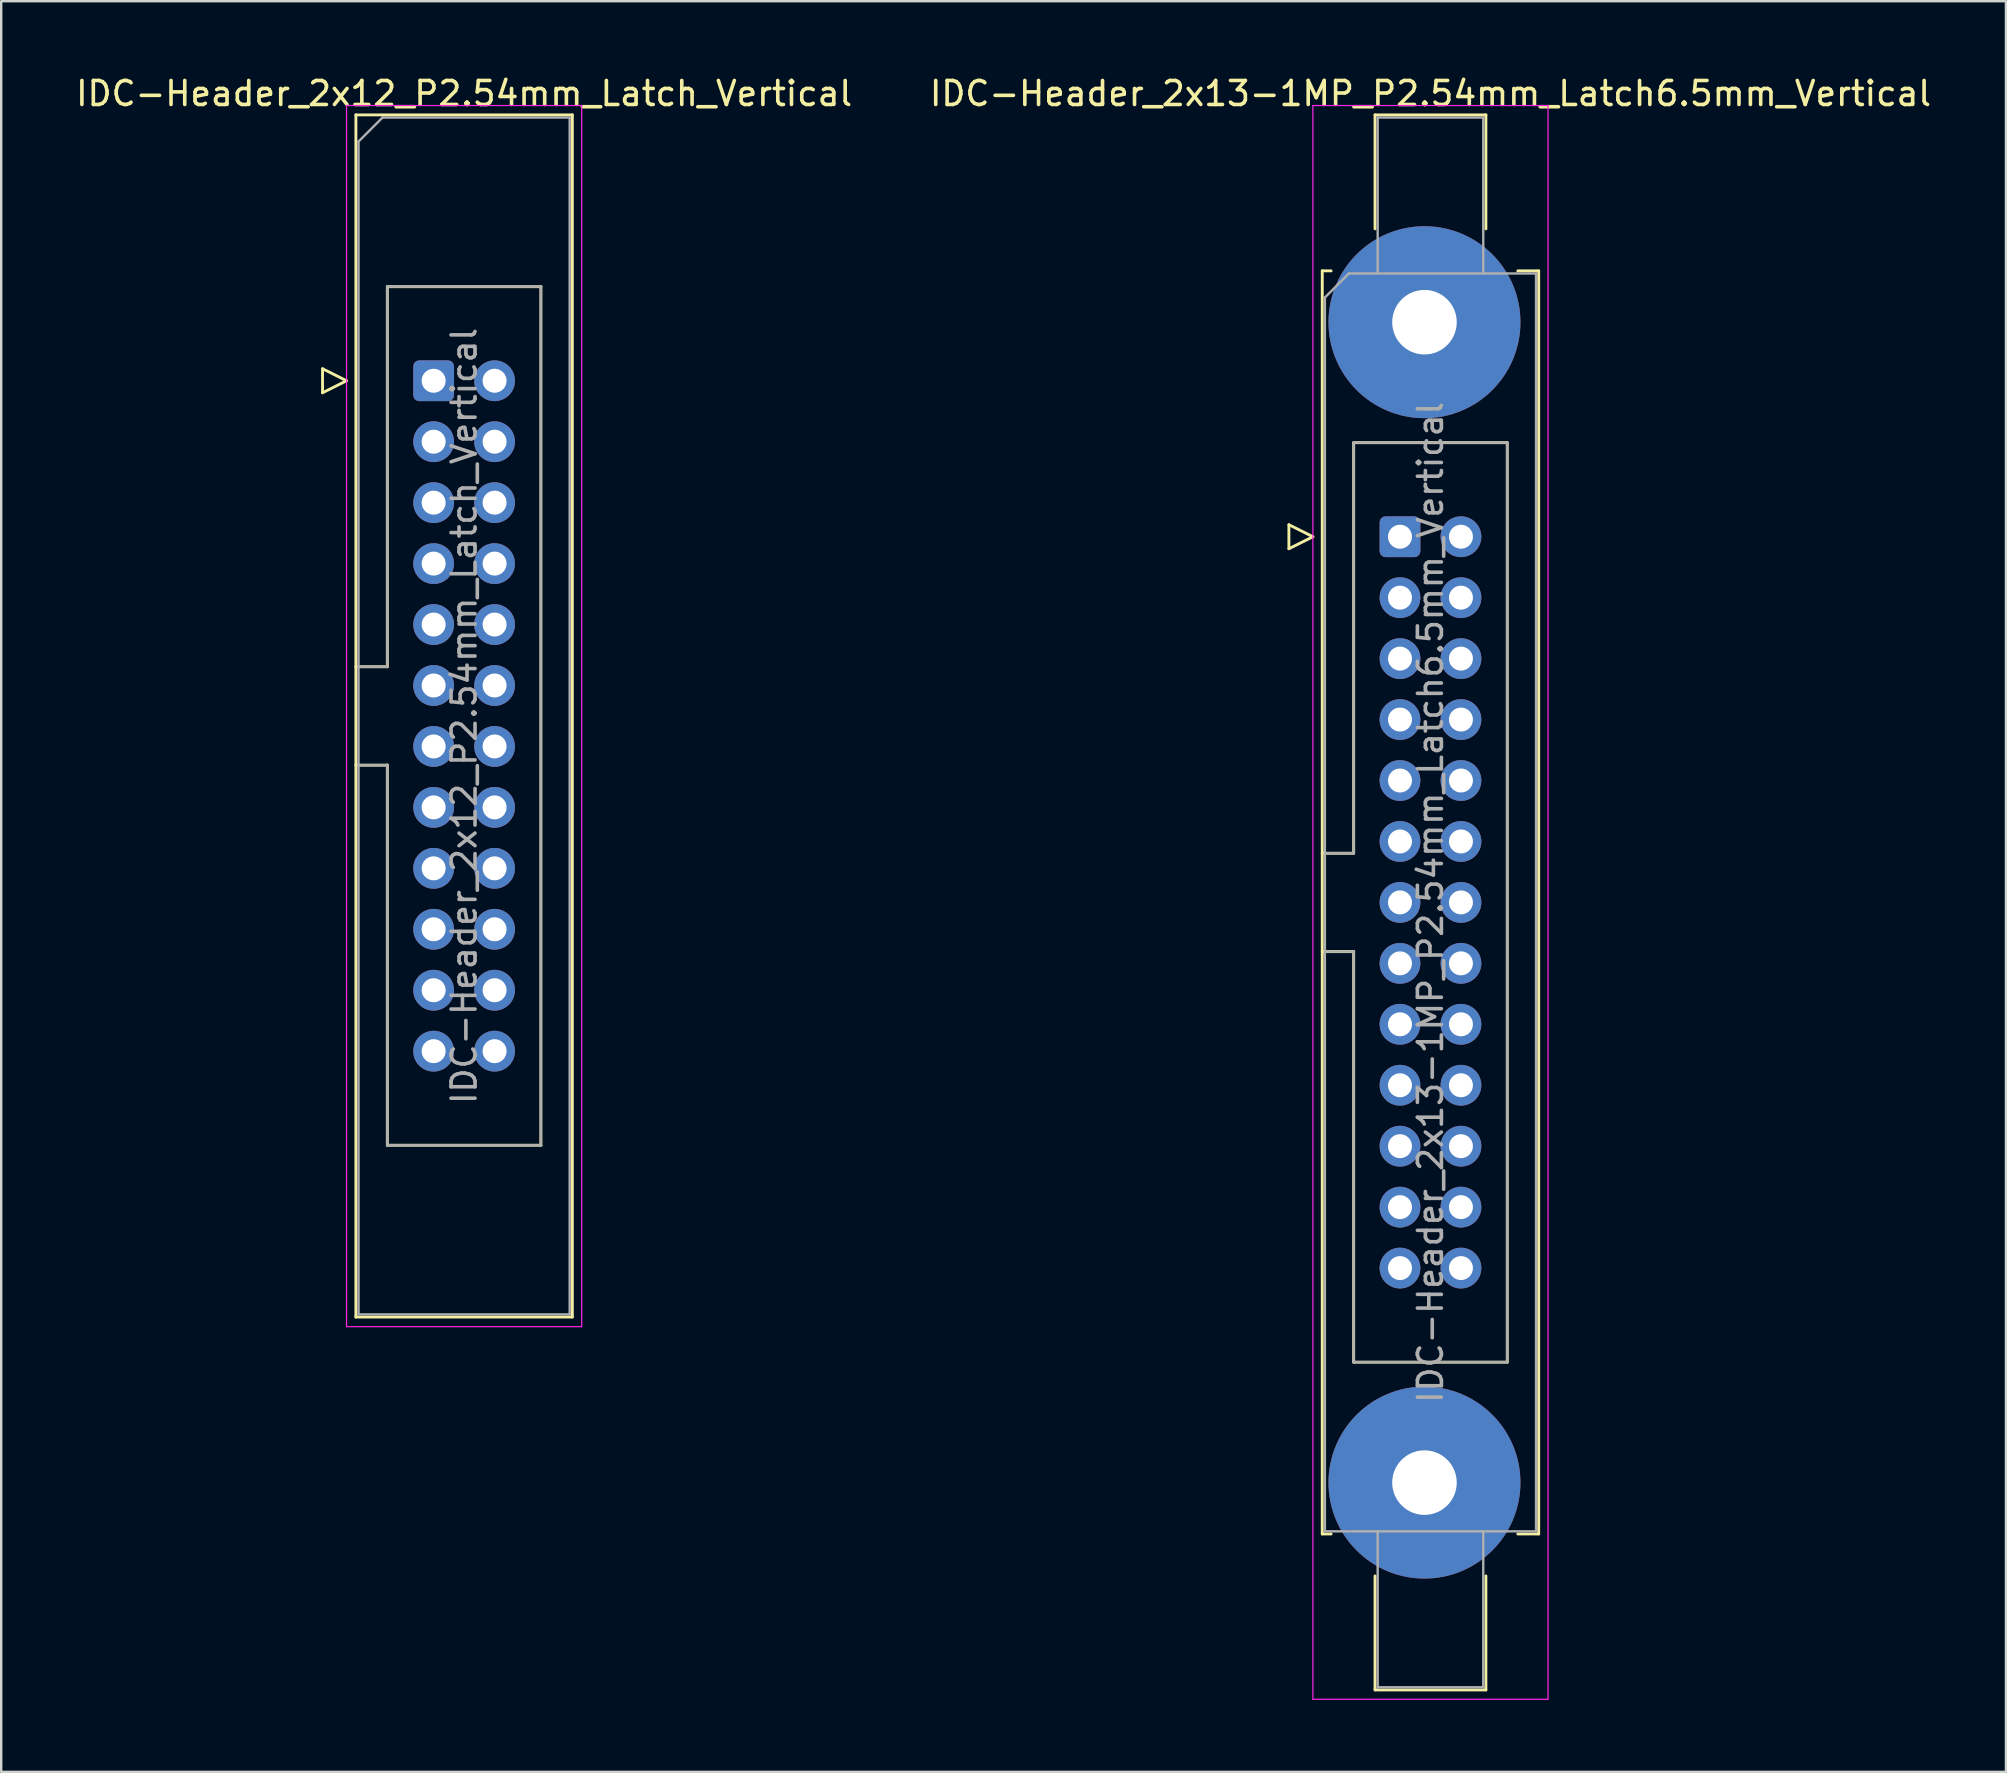
<source format=kicad_pcb>
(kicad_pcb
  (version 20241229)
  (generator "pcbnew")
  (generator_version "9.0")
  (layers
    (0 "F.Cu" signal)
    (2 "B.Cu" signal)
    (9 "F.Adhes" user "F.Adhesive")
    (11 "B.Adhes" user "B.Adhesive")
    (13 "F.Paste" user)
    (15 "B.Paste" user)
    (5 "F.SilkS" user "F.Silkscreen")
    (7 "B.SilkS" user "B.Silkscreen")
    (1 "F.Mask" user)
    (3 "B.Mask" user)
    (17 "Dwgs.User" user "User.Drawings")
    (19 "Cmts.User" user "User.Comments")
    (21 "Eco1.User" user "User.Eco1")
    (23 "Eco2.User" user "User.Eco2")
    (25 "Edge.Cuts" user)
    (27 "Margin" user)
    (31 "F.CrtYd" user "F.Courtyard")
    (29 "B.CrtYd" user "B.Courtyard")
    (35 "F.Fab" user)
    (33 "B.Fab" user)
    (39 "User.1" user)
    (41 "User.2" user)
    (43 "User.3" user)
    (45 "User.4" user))
  (footprint "IDC-Header_2x13-1MP_P2.54mm_Latch6.5mm_Vertical"
    (layer "F.Cu")
    (at 55.295 19.318)
    (property "Reference" "IDC-Header_2x13-1MP_P2.54mm_Latch6.5mm_Vertical" (at 1.27 -18.47 0) (layer "F.SilkS") (effects (font (size 1 1) (thickness 0.15))))
    (attr through_hole)
    (fp_line (start -4.63 -0.5) (end -4.63 0.5) (stroke (width 0.12) (type solid)) (layer "F.SilkS"))
    (fp_line (start -4.63 0.5) (end -3.63 0) (stroke (width 0.12) (type solid)) (layer "F.SilkS"))
    (fp_line (start -3.63 0) (end -4.63 -0.5) (stroke (width 0.12) (type solid)) (layer "F.SilkS"))
    (fp_line (start -3.24 -11.08) (end -3.24 41.56) (stroke (width 0.12) (type solid)) (layer "F.SilkS"))
    (fp_line (start -3.24 13.19) (end -1.93 13.19) (stroke (width 0.12) (type solid)) (layer "F.SilkS"))
    (fp_line (start -3.24 41.56) (end -2.87 41.56) (stroke (width 0.12) (type solid)) (layer "F.SilkS"))
    (fp_line (start -2.87 -11.08) (end -3.24 -11.08) (stroke (width 0.12) (type solid)) (layer "F.SilkS"))
    (fp_line (start -1.93 -3.92) (end 4.47 -3.92) (stroke (width 0.12) (type solid)) (layer "F.SilkS"))
    (fp_line (start -1.93 13.19) (end -1.93 -3.92) (stroke (width 0.12) (type solid)) (layer "F.SilkS"))
    (fp_line (start -1.93 17.29) (end -3.24 17.29) (stroke (width 0.12) (type solid)) (layer "F.SilkS"))
    (fp_line (start -1.93 17.29) (end -1.93 17.29) (stroke (width 0.12) (type solid)) (layer "F.SilkS"))
    (fp_line (start -1.93 34.4) (end -1.93 17.29) (stroke (width 0.12) (type solid)) (layer "F.SilkS"))
    (fp_line (start -1.04 -17.58) (end 3.58 -17.58) (stroke (width 0.12) (type solid)) (layer "F.SilkS"))
    (fp_line (start -1.04 -12.83) (end -1.04 -17.58) (stroke (width 0.12) (type solid)) (layer "F.SilkS"))
    (fp_line (start -1.04 43.31) (end -1.04 48.06) (stroke (width 0.12) (type solid)) (layer "F.SilkS"))
    (fp_line (start -1.04 48.06) (end 3.58 48.06) (stroke (width 0.12) (type solid)) (layer "F.SilkS"))
    (fp_line (start 3.58 -17.58) (end 3.58 -12.83) (stroke (width 0.12) (type solid)) (layer "F.SilkS"))
    (fp_line (start 3.58 48.06) (end 3.58 43.31) (stroke (width 0.12) (type solid)) (layer "F.SilkS"))
    (fp_line (start 4.47 -3.92) (end 4.47 34.4) (stroke (width 0.12) (type solid)) (layer "F.SilkS"))
    (fp_line (start 4.47 34.4) (end -1.93 34.4) (stroke (width 0.12) (type solid)) (layer "F.SilkS"))
    (fp_line (start 4.91 -11.08) (end 5.78 -11.08) (stroke (width 0.12) (type solid)) (layer "F.SilkS"))
    (fp_line (start 5.78 -11.08) (end 5.78 41.56) (stroke (width 0.12) (type solid)) (layer "F.SilkS"))
    (fp_line (start 5.78 41.56) (end 4.91 41.56) (stroke (width 0.12) (type solid)) (layer "F.SilkS"))
    (fp_line (start -3.63 -17.97) (end -3.63 48.45) (stroke (width 0.05) (type solid)) (layer "F.CrtYd"))
    (fp_line (start -3.63 48.45) (end 6.17 48.45) (stroke (width 0.05) (type solid)) (layer "F.CrtYd"))
    (fp_line (start 6.17 -17.97) (end -3.63 -17.97) (stroke (width 0.05) (type solid)) (layer "F.CrtYd"))
    (fp_line (start 6.17 48.45) (end 6.17 -17.97) (stroke (width 0.05) (type solid)) (layer "F.CrtYd"))
    (fp_line (start -3.13 -9.97) (end -2.13 -10.97) (stroke (width 0.1) (type solid)) (layer "F.Fab"))
    (fp_line (start -3.13 13.19) (end -1.93 13.19) (stroke (width 0.1) (type solid)) (layer "F.Fab"))
    (fp_line (start -3.13 41.45) (end -3.13 -9.97) (stroke (width 0.1) (type solid)) (layer "F.Fab"))
    (fp_line (start -2.13 -10.97) (end 5.67 -10.97) (stroke (width 0.1) (type solid)) (layer "F.Fab"))
    (fp_line (start -1.93 -3.92) (end 4.47 -3.92) (stroke (width 0.1) (type solid)) (layer "F.Fab"))
    (fp_line (start -1.93 13.19) (end -1.93 -3.92) (stroke (width 0.1) (type solid)) (layer "F.Fab"))
    (fp_line (start -1.93 17.29) (end -3.13 17.29) (stroke (width 0.1) (type solid)) (layer "F.Fab"))
    (fp_line (start -1.93 17.29) (end -1.93 17.29) (stroke (width 0.1) (type solid)) (layer "F.Fab"))
    (fp_line (start -1.93 34.4) (end -1.93 17.29) (stroke (width 0.1) (type solid)) (layer "F.Fab"))
    (fp_line (start -0.93 -17.47) (end 3.47 -17.47) (stroke (width 0.1) (type solid)) (layer "F.Fab"))
    (fp_line (start -0.93 -10.97) (end -0.93 -17.47) (stroke (width 0.1) (type solid)) (layer "F.Fab"))
    (fp_line (start -0.93 41.45) (end -0.93 47.95) (stroke (width 0.1) (type solid)) (layer "F.Fab"))
    (fp_line (start -0.93 47.95) (end 3.47 47.95) (stroke (width 0.1) (type solid)) (layer "F.Fab"))
    (fp_line (start 3.47 -17.47) (end 3.47 -10.97) (stroke (width 0.1) (type solid)) (layer "F.Fab"))
    (fp_line (start 3.47 47.95) (end 3.47 41.45) (stroke (width 0.1) (type solid)) (layer "F.Fab"))
    (fp_line (start 4.47 -3.92) (end 4.47 34.4) (stroke (width 0.1) (type solid)) (layer "F.Fab"))
    (fp_line (start 4.47 34.4) (end -1.93 34.4) (stroke (width 0.1) (type solid)) (layer "F.Fab"))
    (fp_line (start 5.67 -10.97) (end 5.67 41.45) (stroke (width 0.1) (type solid)) (layer "F.Fab"))
    (fp_line (start 5.67 41.45) (end -3.13 41.45) (stroke (width 0.1) (type solid)) (layer "F.Fab"))
    (fp_text user "${REFERENCE}" (at 1.27 15.24 90) (layer "F.Fab") (effects (font (size 1 1) (thickness 0.15))))
    (pad "1" thru_hole roundrect (at 0 0) (size 1.7 1.7) (drill 1) (layers "*.Cu" "*.Mask") (roundrect_rratio 0.147))
    (pad "2" thru_hole circle (at 2.54 0) (size 1.7 1.7) (drill 1) (layers "*.Cu" "*.Mask"))
    (pad "3" thru_hole circle (at 0 2.54) (size 1.7 1.7) (drill 1) (layers "*.Cu" "*.Mask"))
    (pad "4" thru_hole circle (at 2.54 2.54) (size 1.7 1.7) (drill 1) (layers "*.Cu" "*.Mask"))
    (pad "5" thru_hole circle (at 0 5.08) (size 1.7 1.7) (drill 1) (layers "*.Cu" "*.Mask"))
    (pad "6" thru_hole circle (at 2.54 5.08) (size 1.7 1.7) (drill 1) (layers "*.Cu" "*.Mask"))
    (pad "7" thru_hole circle (at 0 7.62) (size 1.7 1.7) (drill 1) (layers "*.Cu" "*.Mask"))
    (pad "8" thru_hole circle (at 2.54 7.62) (size 1.7 1.7) (drill 1) (layers "*.Cu" "*.Mask"))
    (pad "9" thru_hole circle (at 0 10.16) (size 1.7 1.7) (drill 1) (layers "*.Cu" "*.Mask"))
    (pad "10" thru_hole circle (at 2.54 10.16) (size 1.7 1.7) (drill 1) (layers "*.Cu" "*.Mask"))
    (pad "11" thru_hole circle (at 0 12.7) (size 1.7 1.7) (drill 1) (layers "*.Cu" "*.Mask"))
    (pad "12" thru_hole circle (at 2.54 12.7) (size 1.7 1.7) (drill 1) (layers "*.Cu" "*.Mask"))
    (pad "13" thru_hole circle (at 0 15.24) (size 1.7 1.7) (drill 1) (layers "*.Cu" "*.Mask"))
    (pad "14" thru_hole circle (at 2.54 15.24) (size 1.7 1.7) (drill 1) (layers "*.Cu" "*.Mask"))
    (pad "15" thru_hole circle (at 0 17.78) (size 1.7 1.7) (drill 1) (layers "*.Cu" "*.Mask"))
    (pad "16" thru_hole circle (at 2.54 17.78) (size 1.7 1.7) (drill 1) (layers "*.Cu" "*.Mask"))
    (pad "17" thru_hole circle (at 0 20.32) (size 1.7 1.7) (drill 1) (layers "*.Cu" "*.Mask"))
    (pad "18" thru_hole circle (at 2.54 20.32) (size 1.7 1.7) (drill 1) (layers "*.Cu" "*.Mask"))
    (pad "19" thru_hole circle (at 0 22.86) (size 1.7 1.7) (drill 1) (layers "*.Cu" "*.Mask"))
    (pad "20" thru_hole circle (at 2.54 22.86) (size 1.7 1.7) (drill 1) (layers "*.Cu" "*.Mask"))
    (pad "21" thru_hole circle (at 0 25.4) (size 1.7 1.7) (drill 1) (layers "*.Cu" "*.Mask"))
    (pad "22" thru_hole circle (at 2.54 25.4) (size 1.7 1.7) (drill 1) (layers "*.Cu" "*.Mask"))
    (pad "23" thru_hole circle (at 0 27.94) (size 1.7 1.7) (drill 1) (layers "*.Cu" "*.Mask"))
    (pad "24" thru_hole circle (at 2.54 27.94) (size 1.7 1.7) (drill 1) (layers "*.Cu" "*.Mask"))
    (pad "25" thru_hole circle (at 0 30.48) (size 1.7 1.7) (drill 1) (layers "*.Cu" "*.Mask"))
    (pad "26" thru_hole circle (at 2.54 30.48) (size 1.7 1.7) (drill 1) (layers "*.Cu" "*.Mask"))
    (pad "MP" thru_hole circle (at 1.02 -8.94) (size 8 8) (drill 2.69) (layers "*.Cu" "*.Mask"))
    (pad "MP" thru_hole circle (at 1.02 39.42) (size 8 8) (drill 2.69) (layers "*.Cu" "*.Mask")))
  (footprint "IDC-Header_2x12_P2.54mm_Latch_Vertical"
    (layer "F.Cu")
    (at 15.022 12.818)
    (property "Reference" "IDC-Header_2x12_P2.54mm_Latch_Vertical" (at 1.27 -11.97 0) (layer "F.SilkS") (effects (font (size 1 1) (thickness 0.15))))
    (attr through_hole)
    (fp_line (start -4.63 -0.5) (end -4.63 0.5) (stroke (width 0.12) (type solid)) (layer "F.SilkS"))
    (fp_line (start -4.63 0.5) (end -3.63 0) (stroke (width 0.12) (type solid)) (layer "F.SilkS"))
    (fp_line (start -3.63 0) (end -4.63 -0.5) (stroke (width 0.12) (type solid)) (layer "F.SilkS"))
    (fp_line (start -3.24 -11.08) (end 5.78 -11.08) (stroke (width 0.12) (type solid)) (layer "F.SilkS"))
    (fp_line (start -3.24 11.92) (end -1.93 11.92) (stroke (width 0.12) (type solid)) (layer "F.SilkS"))
    (fp_line (start -3.24 39.02) (end -3.24 -11.08) (stroke (width 0.12) (type solid)) (layer "F.SilkS"))
    (fp_line (start -1.93 -3.92) (end 4.47 -3.92) (stroke (width 0.12) (type solid)) (layer "F.SilkS"))
    (fp_line (start -1.93 11.92) (end -1.93 -3.92) (stroke (width 0.12) (type solid)) (layer "F.SilkS"))
    (fp_line (start -1.93 16.02) (end -3.24 16.02) (stroke (width 0.12) (type solid)) (layer "F.SilkS"))
    (fp_line (start -1.93 16.02) (end -1.93 16.02) (stroke (width 0.12) (type solid)) (layer "F.SilkS"))
    (fp_line (start -1.93 31.86) (end -1.93 16.02) (stroke (width 0.12) (type solid)) (layer "F.SilkS"))
    (fp_line (start 4.47 -3.92) (end 4.47 31.86) (stroke (width 0.12) (type solid)) (layer "F.SilkS"))
    (fp_line (start 4.47 31.86) (end -1.93 31.86) (stroke (width 0.12) (type solid)) (layer "F.SilkS"))
    (fp_line (start 5.78 -11.08) (end 5.78 39.02) (stroke (width 0.12) (type solid)) (layer "F.SilkS"))
    (fp_line (start 5.78 39.02) (end -3.24 39.02) (stroke (width 0.12) (type solid)) (layer "F.SilkS"))
    (fp_line (start -3.63 -11.47) (end -3.63 39.42) (stroke (width 0.05) (type solid)) (layer "F.CrtYd"))
    (fp_line (start -3.63 39.42) (end 6.17 39.42) (stroke (width 0.05) (type solid)) (layer "F.CrtYd"))
    (fp_line (start 6.17 -11.47) (end -3.63 -11.47) (stroke (width 0.05) (type solid)) (layer "F.CrtYd"))
    (fp_line (start 6.17 39.42) (end 6.17 -11.47) (stroke (width 0.05) (type solid)) (layer "F.CrtYd"))
    (fp_line (start -3.13 -9.97) (end -2.13 -10.97) (stroke (width 0.1) (type solid)) (layer "F.Fab"))
    (fp_line (start -3.13 11.92) (end -1.93 11.92) (stroke (width 0.1) (type solid)) (layer "F.Fab"))
    (fp_line (start -3.13 38.91) (end -3.13 -9.97) (stroke (width 0.1) (type solid)) (layer "F.Fab"))
    (fp_line (start -2.13 -10.97) (end 5.67 -10.97) (stroke (width 0.1) (type solid)) (layer "F.Fab"))
    (fp_line (start -1.93 -3.92) (end 4.47 -3.92) (stroke (width 0.1) (type solid)) (layer "F.Fab"))
    (fp_line (start -1.93 11.92) (end -1.93 -3.92) (stroke (width 0.1) (type solid)) (layer "F.Fab"))
    (fp_line (start -1.93 16.02) (end -3.13 16.02) (stroke (width 0.1) (type solid)) (layer "F.Fab"))
    (fp_line (start -1.93 16.02) (end -1.93 16.02) (stroke (width 0.1) (type solid)) (layer "F.Fab"))
    (fp_line (start -1.93 31.86) (end -1.93 16.02) (stroke (width 0.1) (type solid)) (layer "F.Fab"))
    (fp_line (start 4.47 -3.92) (end 4.47 31.86) (stroke (width 0.1) (type solid)) (layer "F.Fab"))
    (fp_line (start 4.47 31.86) (end -1.93 31.86) (stroke (width 0.1) (type solid)) (layer "F.Fab"))
    (fp_line (start 5.67 -10.97) (end 5.67 38.91) (stroke (width 0.1) (type solid)) (layer "F.Fab"))
    (fp_line (start 5.67 38.91) (end -3.13 38.91) (stroke (width 0.1) (type solid)) (layer "F.Fab"))
    (fp_text user "${REFERENCE}" (at 1.27 13.97 90) (layer "F.Fab") (effects (font (size 1 1) (thickness 0.15))))
    (pad "1" thru_hole roundrect (at 0 0) (size 1.7 1.7) (drill 1) (layers "*.Cu" "*.Mask") (roundrect_rratio 0.147))
    (pad "2" thru_hole circle (at 2.54 0) (size 1.7 1.7) (drill 1) (layers "*.Cu" "*.Mask"))
    (pad "3" thru_hole circle (at 0 2.54) (size 1.7 1.7) (drill 1) (layers "*.Cu" "*.Mask"))
    (pad "4" thru_hole circle (at 2.54 2.54) (size 1.7 1.7) (drill 1) (layers "*.Cu" "*.Mask"))
    (pad "5" thru_hole circle (at 0 5.08) (size 1.7 1.7) (drill 1) (layers "*.Cu" "*.Mask"))
    (pad "6" thru_hole circle (at 2.54 5.08) (size 1.7 1.7) (drill 1) (layers "*.Cu" "*.Mask"))
    (pad "7" thru_hole circle (at 0 7.62) (size 1.7 1.7) (drill 1) (layers "*.Cu" "*.Mask"))
    (pad "8" thru_hole circle (at 2.54 7.62) (size 1.7 1.7) (drill 1) (layers "*.Cu" "*.Mask"))
    (pad "9" thru_hole circle (at 0 10.16) (size 1.7 1.7) (drill 1) (layers "*.Cu" "*.Mask"))
    (pad "10" thru_hole circle (at 2.54 10.16) (size 1.7 1.7) (drill 1) (layers "*.Cu" "*.Mask"))
    (pad "11" thru_hole circle (at 0 12.7) (size 1.7 1.7) (drill 1) (layers "*.Cu" "*.Mask"))
    (pad "12" thru_hole circle (at 2.54 12.7) (size 1.7 1.7) (drill 1) (layers "*.Cu" "*.Mask"))
    (pad "13" thru_hole circle (at 0 15.24) (size 1.7 1.7) (drill 1) (layers "*.Cu" "*.Mask"))
    (pad "14" thru_hole circle (at 2.54 15.24) (size 1.7 1.7) (drill 1) (layers "*.Cu" "*.Mask"))
    (pad "15" thru_hole circle (at 0 17.78) (size 1.7 1.7) (drill 1) (layers "*.Cu" "*.Mask"))
    (pad "16" thru_hole circle (at 2.54 17.78) (size 1.7 1.7) (drill 1) (layers "*.Cu" "*.Mask"))
    (pad "17" thru_hole circle (at 0 20.32) (size 1.7 1.7) (drill 1) (layers "*.Cu" "*.Mask"))
    (pad "18" thru_hole circle (at 2.54 20.32) (size 1.7 1.7) (drill 1) (layers "*.Cu" "*.Mask"))
    (pad "19" thru_hole circle (at 0 22.86) (size 1.7 1.7) (drill 1) (layers "*.Cu" "*.Mask"))
    (pad "20" thru_hole circle (at 2.54 22.86) (size 1.7 1.7) (drill 1) (layers "*.Cu" "*.Mask"))
    (pad "21" thru_hole circle (at 0 25.4) (size 1.7 1.7) (drill 1) (layers "*.Cu" "*.Mask"))
    (pad "22" thru_hole circle (at 2.54 25.4) (size 1.7 1.7) (drill 1) (layers "*.Cu" "*.Mask"))
    (pad "23" thru_hole circle (at 0 27.94) (size 1.7 1.7) (drill 1) (layers "*.Cu" "*.Mask"))
    (pad "24" thru_hole circle (at 2.54 27.94) (size 1.7 1.7) (drill 1) (layers "*.Cu" "*.Mask")))
  (gr_rect
    (start -3 -3)
    (end 80.548 70.793)
    (stroke (width 0.1) (type default))
    (fill no)
    (layer "Edge.Cuts")))
</source>
